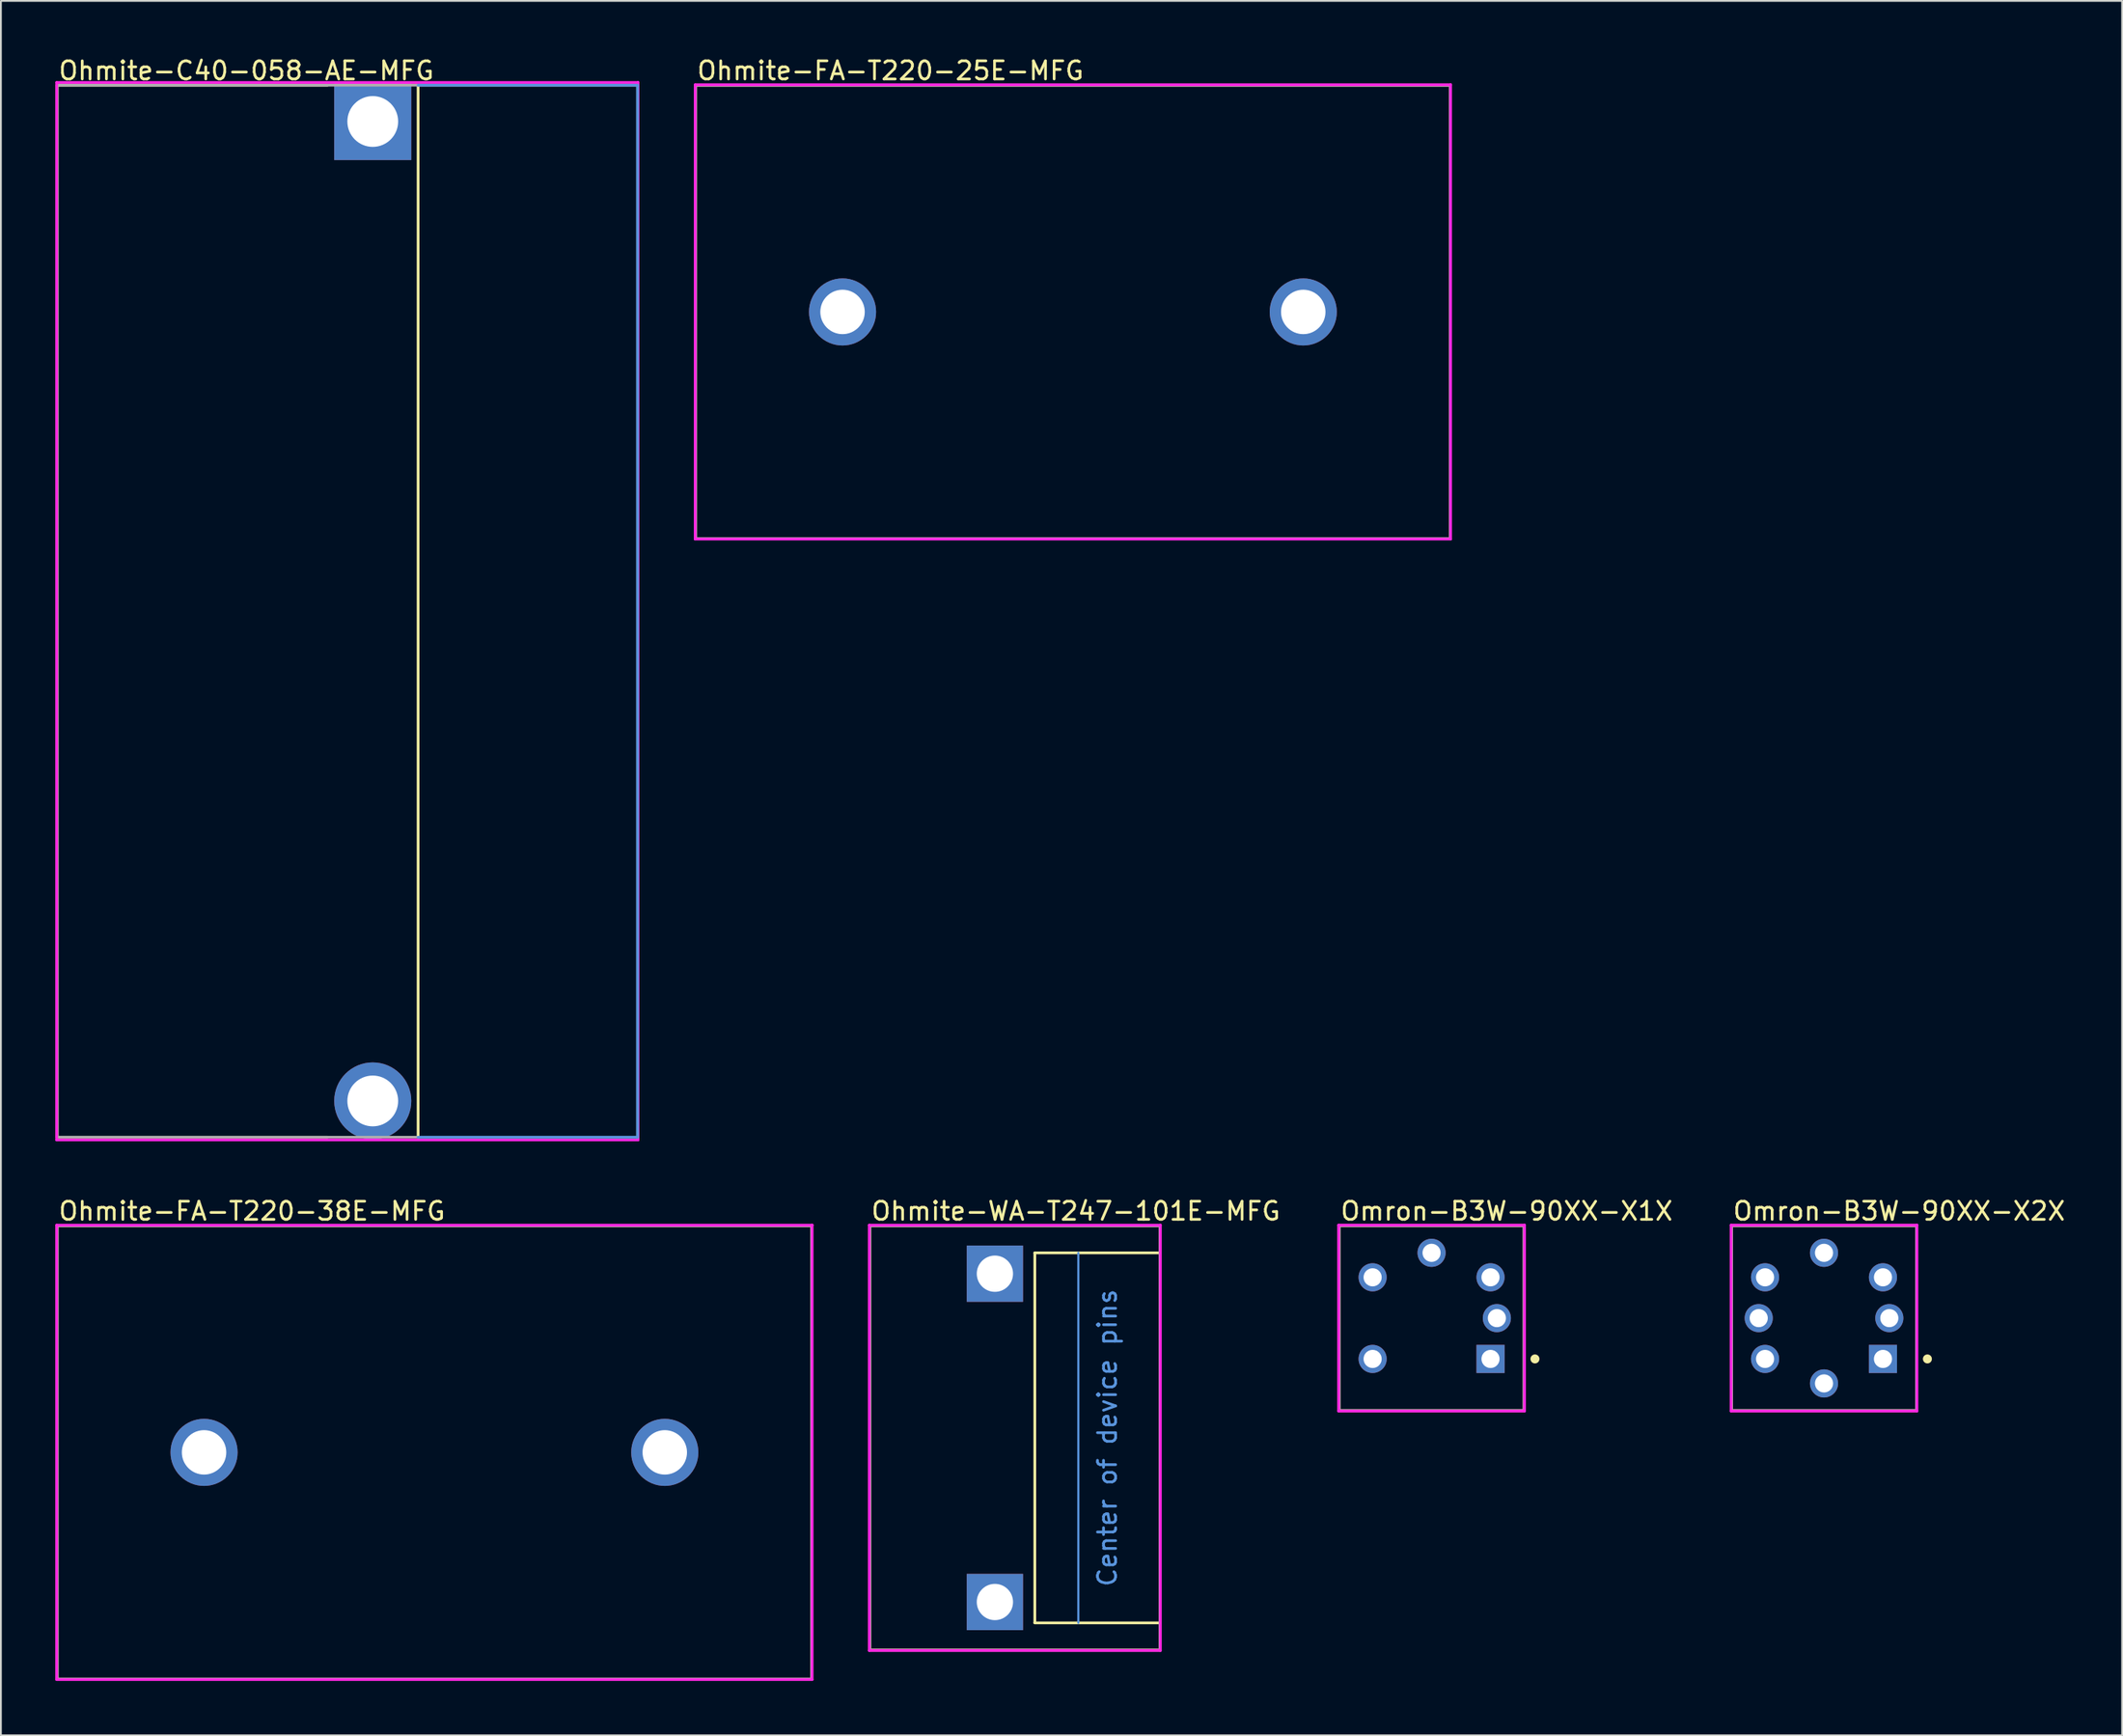
<source format=kicad_pcb>
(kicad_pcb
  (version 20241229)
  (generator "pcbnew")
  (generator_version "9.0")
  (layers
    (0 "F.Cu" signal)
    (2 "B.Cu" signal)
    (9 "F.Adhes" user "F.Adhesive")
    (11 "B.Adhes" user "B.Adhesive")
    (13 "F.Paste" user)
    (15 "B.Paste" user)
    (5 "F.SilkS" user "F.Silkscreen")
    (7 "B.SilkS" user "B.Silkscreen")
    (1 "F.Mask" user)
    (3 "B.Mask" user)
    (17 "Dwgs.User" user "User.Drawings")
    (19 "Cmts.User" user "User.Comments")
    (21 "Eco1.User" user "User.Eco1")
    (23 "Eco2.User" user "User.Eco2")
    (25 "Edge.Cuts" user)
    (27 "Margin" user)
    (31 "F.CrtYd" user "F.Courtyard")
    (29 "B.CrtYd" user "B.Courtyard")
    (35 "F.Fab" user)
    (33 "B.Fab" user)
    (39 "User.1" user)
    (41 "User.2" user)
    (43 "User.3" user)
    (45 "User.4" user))
  (footprint "Omron-B3W-90XX-X2X"
    (layer "F.Cu")
    (at 97.51 69.621)
    (property "Reference" "Omron-B3W-90XX-X2X" (at -5.1 -5.9 0) (layer "F.SilkS") (effects (font (size 1 1) (thickness 0.15)) (justify left)))
    (attr through_hole)
    (fp_line (start -5.1 -5.1) (end 5.1 -5.1) (stroke (width 0.15) (type solid)) (layer "F.SilkS"))
    (fp_line (start -5.1 5.1) (end -5.1 -5.1) (stroke (width 0.15) (type solid)) (layer "F.SilkS"))
    (fp_line (start -5.1 5.1) (end 5.1 5.1) (stroke (width 0.15) (type solid)) (layer "F.SilkS"))
    (fp_line (start 5.1 5.1) (end 5.1 -5.1) (stroke (width 0.15) (type solid)) (layer "F.SilkS"))
    (fp_circle (center 5.7 2.25) (end 5.825 2.25) (stroke (width 0.25) (type solid)) (fill no) (layer "F.SilkS"))
    (fp_line (start -5.125 -5.125) (end -5.125 5.125) (stroke (width 0.15) (type solid)) (layer "F.CrtYd"))
    (fp_line (start -5.125 5.125) (end 5.125 5.125) (stroke (width 0.15) (type solid)) (layer "F.CrtYd"))
    (fp_line (start 5.125 -5.125) (end -5.125 -5.125) (stroke (width 0.15) (type solid)) (layer "F.CrtYd"))
    (fp_line (start 5.125 -5.125) (end 5.125 -5.125) (stroke (width 0.15) (type solid)) (layer "F.CrtYd"))
    (fp_line (start 5.125 5.125) (end 5.125 -5.125) (stroke (width 0.15) (type solid)) (layer "F.CrtYd"))
    (fp_line (start -5.1 -5.1) (end 5.1 -5.1) (stroke (width 0.15) (type solid)) (layer "F.Fab"))
    (fp_line (start -5.1 5.1) (end -5.1 -5.1) (stroke (width 0.15) (type solid)) (layer "F.Fab"))
    (fp_line (start 5.1 -5.1) (end 5.1 5.1) (stroke (width 0.15) (type solid)) (layer "F.Fab"))
    (fp_line (start 5.1 5.1) (end -5.1 5.1) (stroke (width 0.15) (type solid)) (layer "F.Fab"))
    (pad "1" thru_hole rect (at 3.25 2.25) (size 1.55 1.55) (drill 1) (layers "*.Cu"))
    (pad "2" thru_hole circle (at -3.25 2.25) (size 1.55 1.55) (drill 1) (layers "*.Cu"))
    (pad "3" thru_hole circle (at 3.25 -2.25) (size 1.55 1.55) (drill 1) (layers "*.Cu"))
    (pad "4" thru_hole circle (at -3.25 -2.25) (size 1.55 1.55) (drill 1) (layers "*.Cu"))
    (pad "A1" thru_hole circle (at 0 -3.6) (size 1.55 1.55) (drill 1) (layers "*.Cu"))
    (pad "A2" thru_hole circle (at 0 3.6) (size 1.55 1.55) (drill 1) (layers "*.Cu"))
    (pad "K1" thru_hole circle (at 3.6 0) (size 1.55 1.55) (drill 1) (layers "*.Cu"))
    (pad "K2" thru_hole circle (at -3.6 0) (size 1.55 1.55) (drill 1) (layers "*.Cu")))
  (footprint "Ohmite-WA-T247-101E-MFG"
    (layer "F.Cu")
    (at 52.9 76.222)
    (property "Reference" "Ohmite-WA-T247-101E-MFG" (at -8 -12.5 0) (layer "F.SilkS") (effects (font (size 1 1) (thickness 0.15)) (justify left)))
    (fp_line (start -8 -11.7) (end 8 -11.7) (stroke (width 0.15) (type solid)) (layer "F.SilkS"))
    (fp_line (start -8 11.7) (end -8 -11.7) (stroke (width 0.15) (type solid)) (layer "F.SilkS"))
    (fp_line (start -8 11.7) (end 8 11.7) (stroke (width 0.15) (type solid)) (layer "F.SilkS"))
    (fp_line (start 1.1 -10.2) (end 1.1 10.2) (stroke (width 0.15) (type solid)) (layer "F.SilkS"))
    (fp_line (start 8 -11.7) (end 8 -10.2) (stroke (width 0.15) (type solid)) (layer "F.SilkS"))
    (fp_line (start 8 -10.2) (end 1.1 -10.2) (stroke (width 0.15) (type solid)) (layer "F.SilkS"))
    (fp_line (start 8 10.2) (end 1.1 10.2) (stroke (width 0.15) (type solid)) (layer "F.SilkS"))
    (fp_line (start 8 10.2) (end 8 11.7) (stroke (width 0.15) (type solid)) (layer "F.SilkS"))
    (fp_line (start 3.5 10.2) (end 3.5 -10.2) (stroke (width 0.12) (type solid)) (layer "Cmts.User"))
    (fp_line (start -8.025 -11.725) (end -8.025 11.725) (stroke (width 0.15) (type solid)) (layer "F.CrtYd"))
    (fp_line (start -8.025 11.725) (end 8.025 11.725) (stroke (width 0.15) (type solid)) (layer "F.CrtYd"))
    (fp_line (start 8.025 -11.725) (end -8.025 -11.725) (stroke (width 0.15) (type solid)) (layer "F.CrtYd"))
    (fp_line (start 8.025 -11.725) (end 8.025 -11.725) (stroke (width 0.15) (type solid)) (layer "F.CrtYd"))
    (fp_line (start 8.025 11.725) (end 8.025 -11.725) (stroke (width 0.15) (type solid)) (layer "F.CrtYd"))
    (fp_line (start -8 -11.7) (end 8 -11.7) (stroke (width 0.15) (type solid)) (layer "F.Fab"))
    (fp_line (start -8 11.7) (end -8 -11.7) (stroke (width 0.15) (type solid)) (layer "F.Fab"))
    (fp_line (start 8 -11.7) (end 8 11.7) (stroke (width 0.15) (type solid)) (layer "F.Fab"))
    (fp_line (start 8 11.7) (end -8 11.7) (stroke (width 0.15) (type solid)) (layer "F.Fab"))
    (fp_text user "Center of device pins" (at 5.1 0 90) (unlocked yes) (layer "Cmts.User") (effects (font (size 1 1) (thickness 0.15))))
    (pad "" np_thru_hole rect (at -1.1 -9.05) (size 3.1 3.1) (drill 2) (layers "*.Cu" "*.Mask"))
    (pad "" np_thru_hole rect (at -1.1 9.05) (size 3.1 3.1) (drill 2) (layers "*.Cu" "*.Mask")))
  (footprint "Omron-B3W-90XX-X1X"
    (layer "F.Cu")
    (at 75.874 69.621)
    (property "Reference" "Omron-B3W-90XX-X1X" (at -5.1 -5.9 0) (layer "F.SilkS") (effects (font (size 1 1) (thickness 0.15)) (justify left)))
    (attr through_hole)
    (fp_line (start -5.1 -5.1) (end 5.1 -5.1) (stroke (width 0.15) (type solid)) (layer "F.SilkS"))
    (fp_line (start -5.1 5.1) (end -5.1 -5.1) (stroke (width 0.15) (type solid)) (layer "F.SilkS"))
    (fp_line (start -5.1 5.1) (end 5.1 5.1) (stroke (width 0.15) (type solid)) (layer "F.SilkS"))
    (fp_line (start 5.1 5.1) (end 5.1 -5.1) (stroke (width 0.15) (type solid)) (layer "F.SilkS"))
    (fp_circle (center 5.7 2.25) (end 5.825 2.25) (stroke (width 0.25) (type solid)) (fill no) (layer "F.SilkS"))
    (fp_line (start -5.125 -5.125) (end -5.125 5.125) (stroke (width 0.15) (type solid)) (layer "F.CrtYd"))
    (fp_line (start -5.125 5.125) (end 5.125 5.125) (stroke (width 0.15) (type solid)) (layer "F.CrtYd"))
    (fp_line (start 5.125 -5.125) (end -5.125 -5.125) (stroke (width 0.15) (type solid)) (layer "F.CrtYd"))
    (fp_line (start 5.125 -5.125) (end 5.125 -5.125) (stroke (width 0.15) (type solid)) (layer "F.CrtYd"))
    (fp_line (start 5.125 5.125) (end 5.125 -5.125) (stroke (width 0.15) (type solid)) (layer "F.CrtYd"))
    (fp_line (start -5.1 -5.1) (end 5.1 -5.1) (stroke (width 0.15) (type solid)) (layer "F.Fab"))
    (fp_line (start -5.1 5.1) (end -5.1 -5.1) (stroke (width 0.15) (type solid)) (layer "F.Fab"))
    (fp_line (start 5.1 -5.1) (end 5.1 5.1) (stroke (width 0.15) (type solid)) (layer "F.Fab"))
    (fp_line (start 5.1 5.1) (end -5.1 5.1) (stroke (width 0.15) (type solid)) (layer "F.Fab"))
    (pad "1" thru_hole rect (at 3.25 2.25) (size 1.55 1.55) (drill 1) (layers "*.Cu"))
    (pad "2" thru_hole circle (at -3.25 2.25) (size 1.55 1.55) (drill 1) (layers "*.Cu"))
    (pad "3" thru_hole circle (at 3.25 -2.25) (size 1.55 1.55) (drill 1) (layers "*.Cu"))
    (pad "4" thru_hole circle (at -3.25 -2.25) (size 1.55 1.55) (drill 1) (layers "*.Cu"))
    (pad "A" thru_hole circle (at 0 -3.6) (size 1.55 1.55) (drill 1) (layers "*.Cu"))
    (pad "K" thru_hole circle (at 3.6 0) (size 1.55 1.55) (drill 1) (layers "*.Cu")))
  (footprint "Ohmite-C40-058-AE-MFG"
    (layer "F.Cu")
    (at 16.1 30.648)
    (property "Reference" "Ohmite-C40-058-AE-MFG" (at -16 -29.8 0) (layer "F.SilkS") (effects (font (size 1 1) (thickness 0.15)) (justify left)))
    (attr through_hole)
    (fp_line (start -16 -29) (end -1.1 -29) (stroke (width 0.15) (type solid)) (layer "F.SilkS"))
    (fp_line (start -16 29) (end -16 -29) (stroke (width 0.15) (type solid)) (layer "F.SilkS"))
    (fp_line (start -16 29) (end -1.1 29) (stroke (width 0.15) (type solid)) (layer "F.SilkS"))
    (fp_line (start 3.9 29) (end 3.9 -29) (stroke (width 0.15) (type solid)) (layer "F.SilkS"))
    (fp_line (start 3.9 -29) (end 16 -29) (stroke (width 0.15) (type solid)) (layer "Cmts.User"))
    (fp_line (start 3.9 29) (end 16 29) (stroke (width 0.15) (type solid)) (layer "Cmts.User"))
    (fp_line (start 16 29) (end 16 -29) (stroke (width 0.15) (type solid)) (layer "Cmts.User"))
    (fp_line (start -16.025 -29.15) (end -16.025 29.15) (stroke (width 0.15) (type solid)) (layer "F.CrtYd"))
    (fp_line (start -16.025 29.15) (end 16.025 29.15) (stroke (width 0.15) (type solid)) (layer "F.CrtYd"))
    (fp_line (start 16.025 -29.15) (end -16.025 -29.15) (stroke (width 0.15) (type solid)) (layer "F.CrtYd"))
    (fp_line (start 16.025 -29.15) (end 16.025 -29.15) (stroke (width 0.15) (type solid)) (layer "F.CrtYd"))
    (fp_line (start 16.025 29.15) (end 16.025 -29.15) (stroke (width 0.15) (type solid)) (layer "F.CrtYd"))
    (fp_line (start -16 -29) (end 16 -29) (stroke (width 0.15) (type solid)) (layer "F.Fab"))
    (fp_line (start -16 29) (end -16 -29) (stroke (width 0.15) (type solid)) (layer "F.Fab"))
    (fp_line (start 16 -29) (end 16 29) (stroke (width 0.15) (type solid)) (layer "F.Fab"))
    (fp_line (start 16 29) (end -16 29) (stroke (width 0.15) (type solid)) (layer "F.Fab"))
    (pad "1" thru_hole rect (at 1.4 -27) (size 4.25 4.25) (drill 2.8) (layers "*.Cu"))
    (pad "2" thru_hole circle (at 1.4 27) (size 4.25 4.25) (drill 2.8) (layers "*.Cu")))
  (footprint "Ohmite-FA-T220-38E-MFG"
    (layer "F.Cu")
    (at 20.9 77.022)
    (property "Reference" "Ohmite-FA-T220-38E-MFG" (at -20.8 -13.3 0) (layer "F.SilkS") (effects (font (size 1 1) (thickness 0.15)) (justify left)))
    (attr through_hole)
    (fp_line (start -20.8 -12.5) (end 20.8 -12.5) (stroke (width 0.15) (type solid)) (layer "F.SilkS"))
    (fp_line (start -20.8 12.5) (end -20.8 -12.5) (stroke (width 0.15) (type solid)) (layer "F.SilkS"))
    (fp_line (start -20.8 12.5) (end 20.8 12.5) (stroke (width 0.15) (type solid)) (layer "F.SilkS"))
    (fp_line (start 20.8 12.5) (end 20.8 -12.5) (stroke (width 0.15) (type solid)) (layer "F.SilkS"))
    (fp_line (start -20.825 -12.525) (end -20.825 12.525) (stroke (width 0.15) (type solid)) (layer "F.CrtYd"))
    (fp_line (start -20.825 12.525) (end 20.825 12.525) (stroke (width 0.15) (type solid)) (layer "F.CrtYd"))
    (fp_line (start 20.825 -12.525) (end -20.825 -12.525) (stroke (width 0.15) (type solid)) (layer "F.CrtYd"))
    (fp_line (start 20.825 -12.525) (end 20.825 -12.525) (stroke (width 0.15) (type solid)) (layer "F.CrtYd"))
    (fp_line (start 20.825 12.525) (end 20.825 -12.525) (stroke (width 0.15) (type solid)) (layer "F.CrtYd"))
    (fp_line (start -20.8 -12.5) (end 20.8 -12.5) (stroke (width 0.15) (type solid)) (layer "F.Fab"))
    (fp_line (start -20.8 12.5) (end -20.8 -12.5) (stroke (width 0.15) (type solid)) (layer "F.Fab"))
    (fp_line (start 20.8 -12.5) (end 20.8 12.5) (stroke (width 0.15) (type solid)) (layer "F.Fab"))
    (fp_line (start 20.8 12.5) (end -20.8 12.5) (stroke (width 0.15) (type solid)) (layer "F.Fab"))
    (pad "1" thru_hole circle (at -12.7 0) (size 3.7 3.7) (drill 2.45) (layers "*.Cu"))
    (pad "1" thru_hole circle (at 12.7 0) (size 3.7 3.7) (drill 2.45) (layers "*.Cu")))
  (footprint "Ohmite-FA-T220-25E-MFG"
    (layer "F.Cu")
    (at 56.1 14.148)
    (property "Reference" "Ohmite-FA-T220-25E-MFG" (at -20.8 -13.3 0) (layer "F.SilkS") (effects (font (size 1 1) (thickness 0.15)) (justify left)))
    (fp_line (start -20.8 -12.5) (end 20.8 -12.5) (stroke (width 0.15) (type solid)) (layer "F.SilkS"))
    (fp_line (start -20.8 12.5) (end -20.8 -12.5) (stroke (width 0.15) (type solid)) (layer "F.SilkS"))
    (fp_line (start -20.8 12.5) (end 20.8 12.5) (stroke (width 0.15) (type solid)) (layer "F.SilkS"))
    (fp_line (start 20.8 12.5) (end 20.8 -12.5) (stroke (width 0.15) (type solid)) (layer "F.SilkS"))
    (fp_line (start -20.825 -12.525) (end -20.825 12.525) (stroke (width 0.15) (type solid)) (layer "F.CrtYd"))
    (fp_line (start -20.825 12.525) (end 20.825 12.525) (stroke (width 0.15) (type solid)) (layer "F.CrtYd"))
    (fp_line (start 20.825 -12.525) (end -20.825 -12.525) (stroke (width 0.15) (type solid)) (layer "F.CrtYd"))
    (fp_line (start 20.825 -12.525) (end 20.825 -12.525) (stroke (width 0.15) (type solid)) (layer "F.CrtYd"))
    (fp_line (start 20.825 12.525) (end 20.825 -12.525) (stroke (width 0.15) (type solid)) (layer "F.CrtYd"))
    (fp_line (start -20.8 -12.5) (end 20.8 -12.5) (stroke (width 0.15) (type solid)) (layer "F.Fab"))
    (fp_line (start -20.8 12.5) (end -20.8 -12.5) (stroke (width 0.15) (type solid)) (layer "F.Fab"))
    (fp_line (start 20.8 -12.5) (end 20.8 12.5) (stroke (width 0.15) (type solid)) (layer "F.Fab"))
    (fp_line (start 20.8 12.5) (end -20.8 12.5) (stroke (width 0.15) (type solid)) (layer "F.Fab"))
    (pad "1" thru_hole circle (at -12.7 0) (size 3.7 3.7) (drill 2.45) (layers "*.Cu"))
    (pad "1" thru_hole circle (at 12.7 0) (size 3.7 3.7) (drill 2.45) (layers "*.Cu")))
  (gr_rect
    (start -3 -3)
    (end 113.945 92.621)
    (stroke (width 0.1) (type default))
    (fill no)
    (layer "Edge.Cuts")))
</source>
